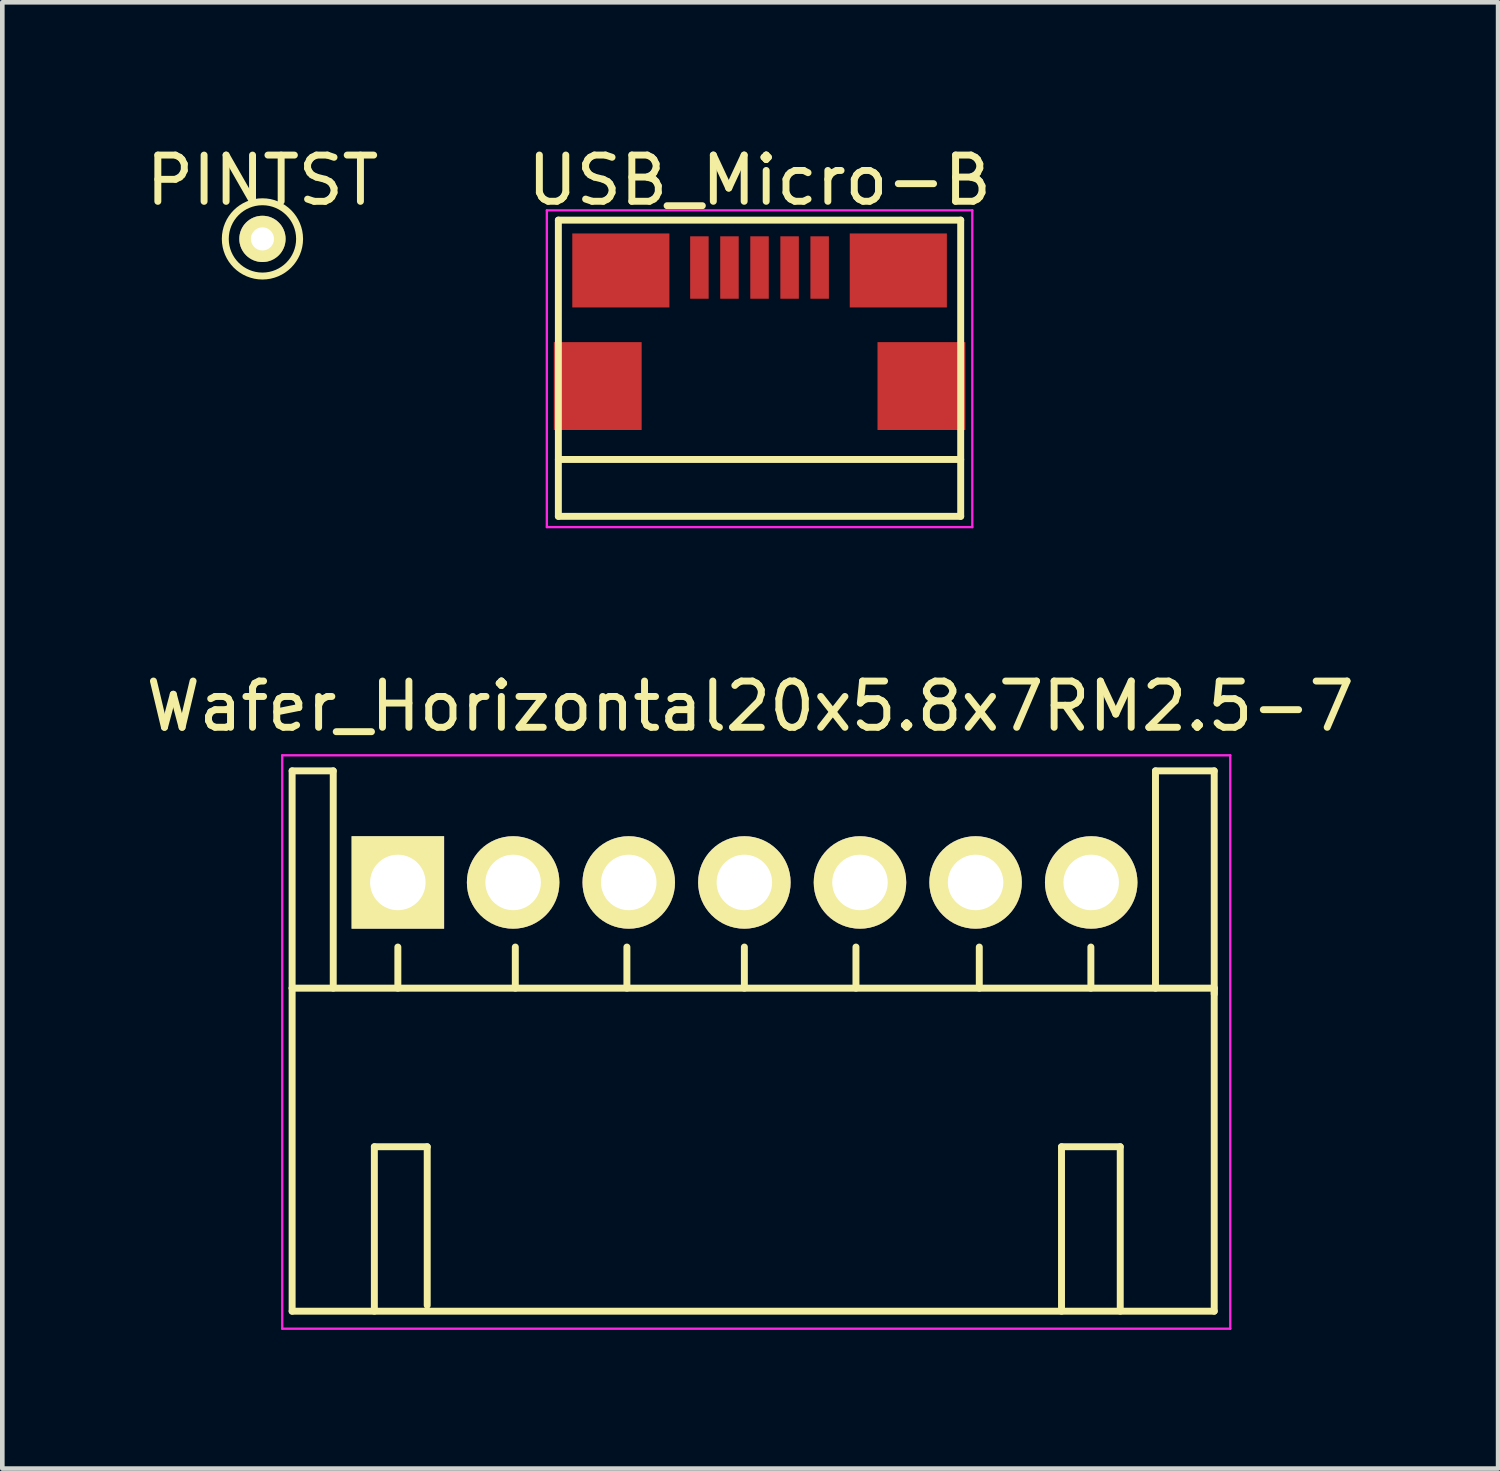
<source format=kicad_pcb>
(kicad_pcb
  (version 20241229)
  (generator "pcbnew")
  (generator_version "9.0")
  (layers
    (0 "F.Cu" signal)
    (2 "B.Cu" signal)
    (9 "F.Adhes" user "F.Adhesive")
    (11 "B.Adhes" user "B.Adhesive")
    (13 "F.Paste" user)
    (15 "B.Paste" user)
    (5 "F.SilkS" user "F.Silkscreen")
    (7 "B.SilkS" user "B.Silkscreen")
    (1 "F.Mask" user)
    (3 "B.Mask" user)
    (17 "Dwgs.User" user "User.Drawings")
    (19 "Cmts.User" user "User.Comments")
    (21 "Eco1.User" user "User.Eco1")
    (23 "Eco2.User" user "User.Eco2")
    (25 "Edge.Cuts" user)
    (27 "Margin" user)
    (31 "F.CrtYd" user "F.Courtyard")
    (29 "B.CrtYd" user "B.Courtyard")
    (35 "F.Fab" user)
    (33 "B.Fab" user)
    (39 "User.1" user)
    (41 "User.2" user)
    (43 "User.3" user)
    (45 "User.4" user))
  (footprint "Wafer_Horizontal20x5.8x7RM2.5-7"
    (layer "F.Cu")
    (at 5.553 16.032)
    (property "Reference" "Wafer_Horizontal20x5.8x7RM2.5-7" (at 7.62 -3.81 0) (layer "F.SilkS") (effects (font (size 1 1) (thickness 0.15))))
    (attr through_hole)
    (fp_line (start -2.286 -2.413) (end -1.397 -2.413) (stroke (width 0.15) (type solid)) (layer "F.SilkS"))
    (fp_line (start -2.286 2.286) (end -2.286 -2.413) (stroke (width 0.15) (type solid)) (layer "F.SilkS"))
    (fp_line (start -2.286 2.286) (end 17.653 2.286) (stroke (width 0.15) (type solid)) (layer "F.SilkS"))
    (fp_line (start -2.286 9.271) (end -2.286 2.286) (stroke (width 0.15) (type solid)) (layer "F.SilkS"))
    (fp_line (start -1.397 -2.413) (end -1.397 2.286) (stroke (width 0.15) (type solid)) (layer "F.SilkS"))
    (fp_line (start -0.508 5.715) (end 0.635 5.715) (stroke (width 0.15) (type solid)) (layer "F.SilkS"))
    (fp_line (start -0.508 9.271) (end -0.508 5.715) (stroke (width 0.15) (type solid)) (layer "F.SilkS"))
    (fp_line (start 0 2.286) (end 0 1.397) (stroke (width 0.15) (type solid)) (layer "F.SilkS"))
    (fp_line (start 0.635 5.715) (end 0.635 9.144) (stroke (width 0.15) (type solid)) (layer "F.SilkS"))
    (fp_line (start 2.54 2.286) (end 2.54 1.397) (stroke (width 0.15) (type solid)) (layer "F.SilkS"))
    (fp_line (start 4.953 2.286) (end 4.953 1.397) (stroke (width 0.15) (type solid)) (layer "F.SilkS"))
    (fp_line (start 7.493 2.286) (end 7.493 1.397) (stroke (width 0.15) (type solid)) (layer "F.SilkS"))
    (fp_line (start 9.906 2.286) (end 9.906 1.397) (stroke (width 0.15) (type solid)) (layer "F.SilkS"))
    (fp_line (start 12.573 2.286) (end 12.573 1.397) (stroke (width 0.15) (type solid)) (layer "F.SilkS"))
    (fp_line (start 14.351 5.715) (end 15.621 5.715) (stroke (width 0.15) (type solid)) (layer "F.SilkS"))
    (fp_line (start 14.351 9.271) (end 14.351 5.715) (stroke (width 0.15) (type solid)) (layer "F.SilkS"))
    (fp_line (start 14.986 2.286) (end 14.986 1.397) (stroke (width 0.15) (type solid)) (layer "F.SilkS"))
    (fp_line (start 15.621 5.715) (end 15.621 9.271) (stroke (width 0.15) (type solid)) (layer "F.SilkS"))
    (fp_line (start 16.383 -2.413) (end 16.383 2.286) (stroke (width 0.15) (type solid)) (layer "F.SilkS"))
    (fp_line (start 17.653 -2.413) (end 16.383 -2.413) (stroke (width 0.15) (type solid)) (layer "F.SilkS"))
    (fp_line (start 17.653 2.286) (end 17.653 9.271) (stroke (width 0.15) (type solid)) (layer "F.SilkS"))
    (fp_line (start 17.653 2.413) (end 17.653 -2.413) (stroke (width 0.15) (type solid)) (layer "F.SilkS"))
    (fp_line (start 17.653 9.271) (end -2.286 9.271) (stroke (width 0.15) (type solid)) (layer "F.SilkS"))
    (fp_line (start -2.5 -2.75) (end 18 -2.75) (stroke (width 0.05) (type solid)) (layer "F.CrtYd"))
    (fp_line (start -2.5 9.65) (end -2.5 -2.75) (stroke (width 0.05) (type solid)) (layer "F.CrtYd"))
    (fp_line (start 18 -2.75) (end 18 9.65) (stroke (width 0.05) (type solid)) (layer "F.CrtYd"))
    (fp_line (start 18 9.65) (end -2.5 9.65) (stroke (width 0.05) (type solid)) (layer "F.CrtYd"))
    (pad "1" thru_hole rect (at 0 0) (size 2 2) (drill 1.2) (layers "*.Cu" "*.Mask" "F.SilkS"))
    (pad "2" thru_hole circle (at 2.493 0) (size 2 2) (drill 1.2) (layers "*.Cu" "*.Mask" "F.SilkS"))
    (pad "3" thru_hole circle (at 4.993 0) (size 2 2) (drill 1.2) (layers "*.Cu" "*.Mask" "F.SilkS"))
    (pad "4" thru_hole circle (at 7.493 0) (size 2 2) (drill 1.2) (layers "*.Cu" "*.Mask" "F.SilkS"))
    (pad "5" thru_hole circle (at 9.993 0) (size 2 2) (drill 1.2) (layers "*.Cu" "*.Mask" "F.SilkS"))
    (pad "6" thru_hole circle (at 12.493 0) (size 2 2) (drill 1.2) (layers "*.Cu" "*.Mask" "F.SilkS"))
    (pad "7" thru_hole circle (at 14.993 0) (size 2 2) (drill 1.2) (layers "*.Cu" "*.Mask" "F.SilkS")))
  (footprint "PINTST"
    (layer "F.Cu")
    (at 2.625 2.116)
    (property "Reference" "PINTST" (at 0 -1.267 0) (layer "F.SilkS") (effects (font (size 1 1) (thickness 0.15))))
    (attr through_hole)
    (fp_circle (center 0 0) (end -0.254 -0.762) (stroke (width 0.15) (type solid)) (fill no) (layer "F.SilkS"))
    (pad "1" thru_hole circle (at 0 0) (size 1 1) (drill 0.5) (layers "*.Cu" "*.Mask" "F.SilkS")))
  (footprint "USB_Micro-B"
    (layer "F.Cu")
    (at 13.375 4.298)
    (property "Reference" "USB_Micro-B" (at 0 -3.45 0) (layer "F.SilkS") (effects (font (size 1 1) (thickness 0.15))))
    (attr smd)
    (fp_line (start -4.351 -2.588) (end 4.349 -2.588) (stroke (width 0.15) (type solid)) (layer "F.SilkS"))
    (fp_line (start -4.351 3.817) (end -4.351 -2.588) (stroke (width 0.15) (type solid)) (layer "F.SilkS"))
    (fp_line (start -4.351 3.817) (end 4.349 3.817) (stroke (width 0.15) (type solid)) (layer "F.SilkS"))
    (fp_line (start 4.349 -2.588) (end 4.349 3.817) (stroke (width 0.15) (type solid)) (layer "F.SilkS"))
    (fp_line (start 4.349 2.587) (end -4.351 2.587) (stroke (width 0.15) (type solid)) (layer "F.SilkS"))
    (fp_line (start -4.6 -2.8) (end 4.6 -2.8) (stroke (width 0.05) (type solid)) (layer "F.CrtYd"))
    (fp_line (start -4.6 4.05) (end -4.6 -2.8) (stroke (width 0.05) (type solid)) (layer "F.CrtYd"))
    (fp_line (start 4.6 -2.8) (end 4.6 4.05) (stroke (width 0.05) (type solid)) (layer "F.CrtYd"))
    (fp_line (start 4.6 4.05) (end -4.6 4.05) (stroke (width 0.05) (type solid)) (layer "F.CrtYd"))
    (pad "1" smd rect (at -1.301 -1.563 90) (size 1.35 0.4) (layers "F.Cu" "F.Mask" "F.Paste"))
    (pad "2" smd rect (at -0.651 -1.563 90) (size 1.35 0.4) (layers "F.Cu" "F.Mask" "F.Paste"))
    (pad "3" smd rect (at -0.001 -1.563 90) (size 1.35 0.4) (layers "F.Cu" "F.Mask" "F.Paste"))
    (pad "4" smd rect (at 0.649 -1.563 90) (size 1.35 0.4) (layers "F.Cu" "F.Mask" "F.Paste"))
    (pad "5" smd rect (at 1.299 -1.563 90) (size 1.35 0.4) (layers "F.Cu" "F.Mask" "F.Paste"))
    (pad "6" smd rect (at -3.5 1) (size 1.9 1.9) (layers "F.Cu" "F.Mask" "F.Paste"))
    (pad "6" smd rect (at -3 -1.5) (size 2.1 1.6) (layers "F.Cu" "F.Mask" "F.Paste"))
    (pad "6" smd rect (at 3 -1.5) (size 2.1 1.6) (layers "F.Cu" "F.Mask" "F.Paste"))
    (pad "6" smd rect (at 3.5 1) (size 1.9 1.9) (layers "F.Cu" "F.Mask" "F.Paste")))
  (gr_rect
    (start -3 -3)
    (end 29.345 28.706)
    (stroke (width 0.1) (type default))
    (fill no)
    (layer "Edge.Cuts")))
</source>
